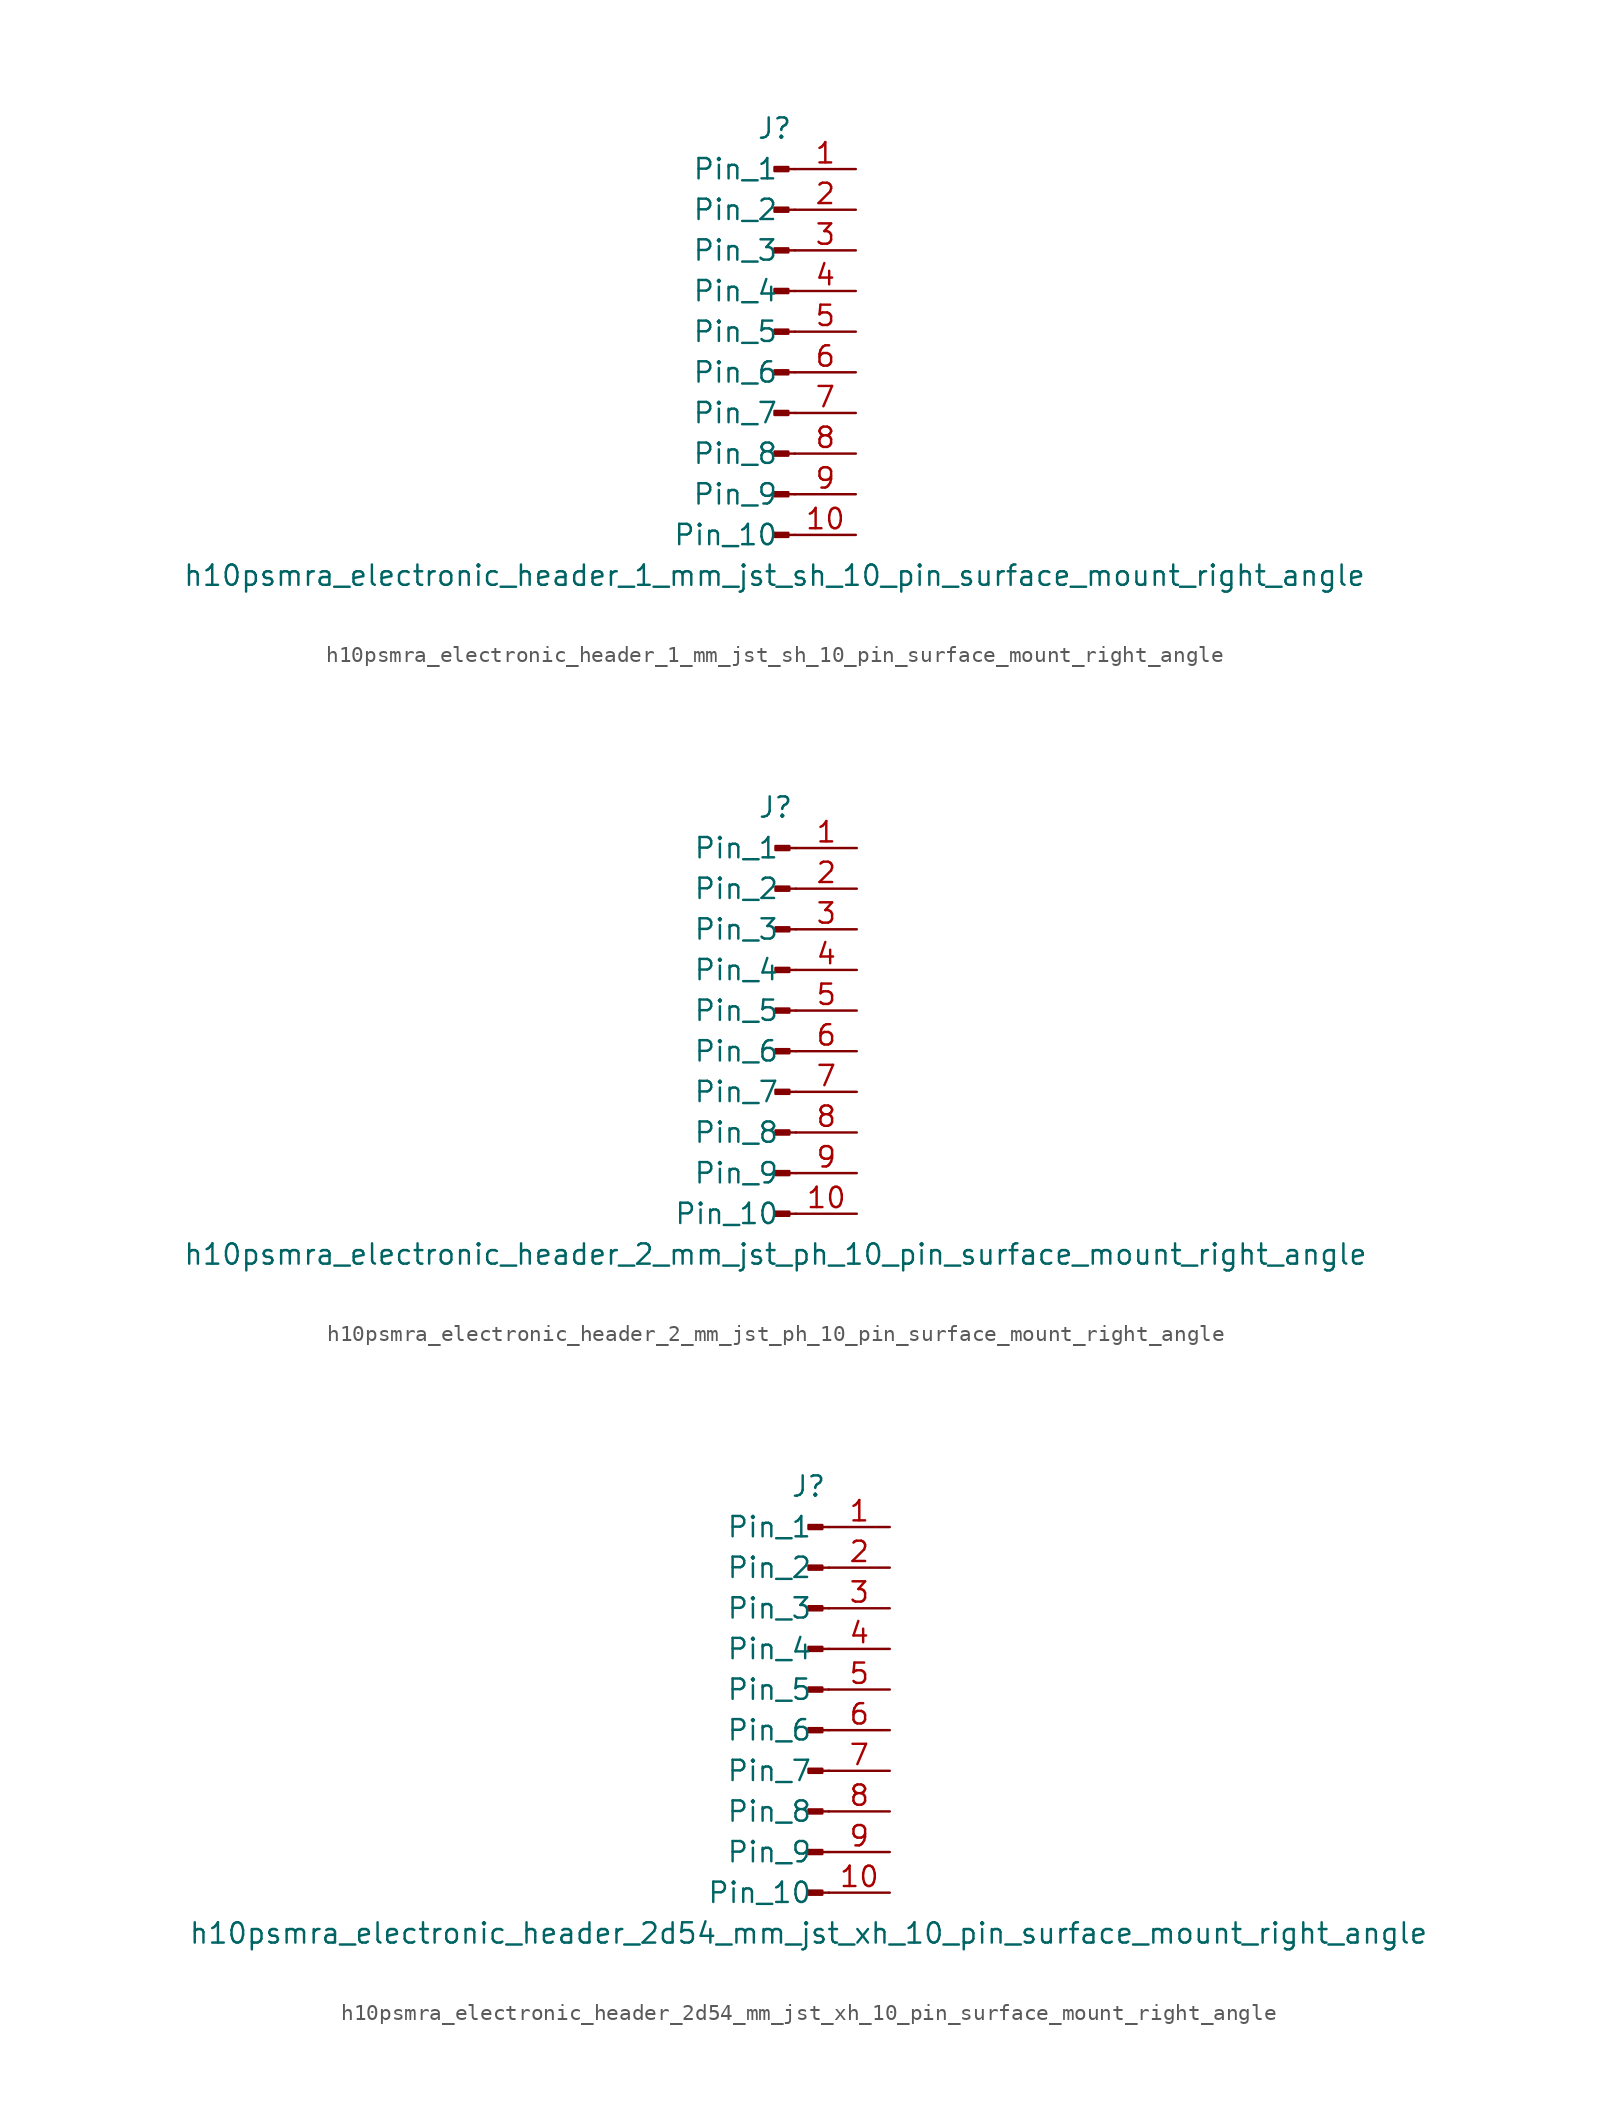
<source format=kicad_sym>
(kicad_symbol_lib
  (version 20220914)
  (generator kicad_symbol_editor)
  (symbol "h10psmra_electronic_header_1_mm_jst_sh_10_pin_surface_mount_right_angle"
    (pin_names
      (offset 1.016))
    (property "Reference" "J"
      (at 0 12.7 0)
      (effects (font (size 1.27 1.27))))
    (property "Value" "h10psmra_electronic_header_1_mm_jst_sh_10_pin_surface_mount_right_angle"
      (at 0 -15.24 0)
      (effects (font (size 1.27 1.27))))
    (property "ki_locked" ""
      (at 0 0 0)
      (effects (font (size 1.27 1.27))))
    (symbol "h10psmra_electronic_header_1_mm_jst_sh_10_pin_surface_mount_right_angle_1_1"
      (polyline (pts (xy 1.27 -12.7) (xy 0.864 -12.7)) (stroke (width 0.152) (type default)) (fill (type none)))
      (polyline (pts (xy 1.27 -10.16) (xy 0.864 -10.16)) (stroke (width 0.152) (type default)) (fill (type none)))
      (polyline (pts (xy 1.27 -7.62) (xy 0.864 -7.62)) (stroke (width 0.152) (type default)) (fill (type none)))
      (polyline (pts (xy 1.27 -5.08) (xy 0.864 -5.08)) (stroke (width 0.152) (type default)) (fill (type none)))
      (polyline (pts (xy 1.27 -2.54) (xy 0.864 -2.54)) (stroke (width 0.152) (type default)) (fill (type none)))
      (polyline (pts (xy 1.27 0) (xy 0.864 0)) (stroke (width 0.152) (type default)) (fill (type none)))
      (polyline (pts (xy 1.27 2.54) (xy 0.864 2.54)) (stroke (width 0.152) (type default)) (fill (type none)))
      (polyline (pts (xy 1.27 5.08) (xy 0.864 5.08)) (stroke (width 0.152) (type default)) (fill (type none)))
      (polyline (pts (xy 1.27 7.62) (xy 0.864 7.62)) (stroke (width 0.152) (type default)) (fill (type none)))
      (polyline (pts (xy 1.27 10.16) (xy 0.864 10.16)) (stroke (width 0.152) (type default)) (fill (type none)))
      (rectangle (start 0.864 -12.573) (end 0 -12.827) (stroke (width 0.152) (type default)) (fill (type outline)))
      (rectangle (start 0.864 -10.033) (end 0 -10.287) (stroke (width 0.152) (type default)) (fill (type outline)))
      (rectangle (start 0.864 -7.493) (end 0 -7.747) (stroke (width 0.152) (type default)) (fill (type outline)))
      (rectangle (start 0.864 -4.953) (end 0 -5.207) (stroke (width 0.152) (type default)) (fill (type outline)))
      (rectangle (start 0.864 -2.413) (end 0 -2.667) (stroke (width 0.152) (type default)) (fill (type outline)))
      (rectangle (start 0.864 0.127) (end 0 -0.127) (stroke (width 0.152) (type default)) (fill (type outline)))
      (rectangle (start 0.864 2.667) (end 0 2.413) (stroke (width 0.152) (type default)) (fill (type outline)))
      (rectangle (start 0.864 5.207) (end 0 4.953) (stroke (width 0.152) (type default)) (fill (type outline)))
      (rectangle (start 0.864 7.747) (end 0 7.493) (stroke (width 0.152) (type default)) (fill (type outline)))
      (rectangle (start 0.864 10.287) (end 0 10.033) (stroke (width 0.152) (type default)) (fill (type outline)))
      (pin passive line (at 5.08 10.16 180) (length 3.81) (name "Pin_1" (effects (font (size 1.27 1.27)))) (number "1" (effects (font (size 1.27 1.27)))))
      (pin passive line (at 5.08 -12.7 180) (length 3.81) (name "Pin_10" (effects (font (size 1.27 1.27)))) (number "10" (effects (font (size 1.27 1.27)))))
      (pin passive line (at 5.08 7.62 180) (length 3.81) (name "Pin_2" (effects (font (size 1.27 1.27)))) (number "2" (effects (font (size 1.27 1.27)))))
      (pin passive line (at 5.08 5.08 180) (length 3.81) (name "Pin_3" (effects (font (size 1.27 1.27)))) (number "3" (effects (font (size 1.27 1.27)))))
      (pin passive line (at 5.08 2.54 180) (length 3.81) (name "Pin_4" (effects (font (size 1.27 1.27)))) (number "4" (effects (font (size 1.27 1.27)))))
      (pin passive line (at 5.08 0 180) (length 3.81) (name "Pin_5" (effects (font (size 1.27 1.27)))) (number "5" (effects (font (size 1.27 1.27)))))
      (pin passive line (at 5.08 -2.54 180) (length 3.81) (name "Pin_6" (effects (font (size 1.27 1.27)))) (number "6" (effects (font (size 1.27 1.27)))))
      (pin passive line (at 5.08 -5.08 180) (length 3.81) (name "Pin_7" (effects (font (size 1.27 1.27)))) (number "7" (effects (font (size 1.27 1.27)))))
      (pin passive line (at 5.08 -7.62 180) (length 3.81) (name "Pin_8" (effects (font (size 1.27 1.27)))) (number "8" (effects (font (size 1.27 1.27)))))
      (pin passive line (at 5.08 -10.16 180) (length 3.81) (name "Pin_9" (effects (font (size 1.27 1.27)))) (number "9" (effects (font (size 1.27 1.27)))))))
  (symbol "h10psmra_electronic_header_2_mm_jst_ph_10_pin_surface_mount_right_angle"
    (pin_names
      (offset 1.016))
    (property "Reference" "J"
      (at 0 12.7 0)
      (effects (font (size 1.27 1.27))))
    (property "Value" "h10psmra_electronic_header_2_mm_jst_ph_10_pin_surface_mount_right_angle"
      (at 0 -15.24 0)
      (effects (font (size 1.27 1.27))))
    (property "ki_locked" ""
      (at 0 0 0)
      (effects (font (size 1.27 1.27))))
    (symbol "h10psmra_electronic_header_2_mm_jst_ph_10_pin_surface_mount_right_angle_1_1"
      (polyline (pts (xy 1.27 -12.7) (xy 0.864 -12.7)) (stroke (width 0.152) (type default)) (fill (type none)))
      (polyline (pts (xy 1.27 -10.16) (xy 0.864 -10.16)) (stroke (width 0.152) (type default)) (fill (type none)))
      (polyline (pts (xy 1.27 -7.62) (xy 0.864 -7.62)) (stroke (width 0.152) (type default)) (fill (type none)))
      (polyline (pts (xy 1.27 -5.08) (xy 0.864 -5.08)) (stroke (width 0.152) (type default)) (fill (type none)))
      (polyline (pts (xy 1.27 -2.54) (xy 0.864 -2.54)) (stroke (width 0.152) (type default)) (fill (type none)))
      (polyline (pts (xy 1.27 0) (xy 0.864 0)) (stroke (width 0.152) (type default)) (fill (type none)))
      (polyline (pts (xy 1.27 2.54) (xy 0.864 2.54)) (stroke (width 0.152) (type default)) (fill (type none)))
      (polyline (pts (xy 1.27 5.08) (xy 0.864 5.08)) (stroke (width 0.152) (type default)) (fill (type none)))
      (polyline (pts (xy 1.27 7.62) (xy 0.864 7.62)) (stroke (width 0.152) (type default)) (fill (type none)))
      (polyline (pts (xy 1.27 10.16) (xy 0.864 10.16)) (stroke (width 0.152) (type default)) (fill (type none)))
      (rectangle (start 0.864 -12.573) (end 0 -12.827) (stroke (width 0.152) (type default)) (fill (type outline)))
      (rectangle (start 0.864 -10.033) (end 0 -10.287) (stroke (width 0.152) (type default)) (fill (type outline)))
      (rectangle (start 0.864 -7.493) (end 0 -7.747) (stroke (width 0.152) (type default)) (fill (type outline)))
      (rectangle (start 0.864 -4.953) (end 0 -5.207) (stroke (width 0.152) (type default)) (fill (type outline)))
      (rectangle (start 0.864 -2.413) (end 0 -2.667) (stroke (width 0.152) (type default)) (fill (type outline)))
      (rectangle (start 0.864 0.127) (end 0 -0.127) (stroke (width 0.152) (type default)) (fill (type outline)))
      (rectangle (start 0.864 2.667) (end 0 2.413) (stroke (width 0.152) (type default)) (fill (type outline)))
      (rectangle (start 0.864 5.207) (end 0 4.953) (stroke (width 0.152) (type default)) (fill (type outline)))
      (rectangle (start 0.864 7.747) (end 0 7.493) (stroke (width 0.152) (type default)) (fill (type outline)))
      (rectangle (start 0.864 10.287) (end 0 10.033) (stroke (width 0.152) (type default)) (fill (type outline)))
      (pin passive line (at 5.08 10.16 180) (length 3.81) (name "Pin_1" (effects (font (size 1.27 1.27)))) (number "1" (effects (font (size 1.27 1.27)))))
      (pin passive line (at 5.08 -12.7 180) (length 3.81) (name "Pin_10" (effects (font (size 1.27 1.27)))) (number "10" (effects (font (size 1.27 1.27)))))
      (pin passive line (at 5.08 7.62 180) (length 3.81) (name "Pin_2" (effects (font (size 1.27 1.27)))) (number "2" (effects (font (size 1.27 1.27)))))
      (pin passive line (at 5.08 5.08 180) (length 3.81) (name "Pin_3" (effects (font (size 1.27 1.27)))) (number "3" (effects (font (size 1.27 1.27)))))
      (pin passive line (at 5.08 2.54 180) (length 3.81) (name "Pin_4" (effects (font (size 1.27 1.27)))) (number "4" (effects (font (size 1.27 1.27)))))
      (pin passive line (at 5.08 0 180) (length 3.81) (name "Pin_5" (effects (font (size 1.27 1.27)))) (number "5" (effects (font (size 1.27 1.27)))))
      (pin passive line (at 5.08 -2.54 180) (length 3.81) (name "Pin_6" (effects (font (size 1.27 1.27)))) (number "6" (effects (font (size 1.27 1.27)))))
      (pin passive line (at 5.08 -5.08 180) (length 3.81) (name "Pin_7" (effects (font (size 1.27 1.27)))) (number "7" (effects (font (size 1.27 1.27)))))
      (pin passive line (at 5.08 -7.62 180) (length 3.81) (name "Pin_8" (effects (font (size 1.27 1.27)))) (number "8" (effects (font (size 1.27 1.27)))))
      (pin passive line (at 5.08 -10.16 180) (length 3.81) (name "Pin_9" (effects (font (size 1.27 1.27)))) (number "9" (effects (font (size 1.27 1.27)))))))
  (symbol "h10psmra_electronic_header_2d54_mm_jst_xh_10_pin_surface_mount_right_angle"
    (pin_names
      (offset 1.016))
    (property "Reference" "J"
      (at 0 12.7 0)
      (effects (font (size 1.27 1.27))))
    (property "Value" "h10psmra_electronic_header_2d54_mm_jst_xh_10_pin_surface_mount_right_angle"
      (at 0 -15.24 0)
      (effects (font (size 1.27 1.27))))
    (property "ki_locked" ""
      (at 0 0 0)
      (effects (font (size 1.27 1.27))))
    (symbol "h10psmra_electronic_header_2d54_mm_jst_xh_10_pin_surface_mount_right_angle_1_1"
      (polyline (pts (xy 1.27 -12.7) (xy 0.864 -12.7)) (stroke (width 0.152) (type default)) (fill (type none)))
      (polyline (pts (xy 1.27 -10.16) (xy 0.864 -10.16)) (stroke (width 0.152) (type default)) (fill (type none)))
      (polyline (pts (xy 1.27 -7.62) (xy 0.864 -7.62)) (stroke (width 0.152) (type default)) (fill (type none)))
      (polyline (pts (xy 1.27 -5.08) (xy 0.864 -5.08)) (stroke (width 0.152) (type default)) (fill (type none)))
      (polyline (pts (xy 1.27 -2.54) (xy 0.864 -2.54)) (stroke (width 0.152) (type default)) (fill (type none)))
      (polyline (pts (xy 1.27 0) (xy 0.864 0)) (stroke (width 0.152) (type default)) (fill (type none)))
      (polyline (pts (xy 1.27 2.54) (xy 0.864 2.54)) (stroke (width 0.152) (type default)) (fill (type none)))
      (polyline (pts (xy 1.27 5.08) (xy 0.864 5.08)) (stroke (width 0.152) (type default)) (fill (type none)))
      (polyline (pts (xy 1.27 7.62) (xy 0.864 7.62)) (stroke (width 0.152) (type default)) (fill (type none)))
      (polyline (pts (xy 1.27 10.16) (xy 0.864 10.16)) (stroke (width 0.152) (type default)) (fill (type none)))
      (rectangle (start 0.864 -12.573) (end 0 -12.827) (stroke (width 0.152) (type default)) (fill (type outline)))
      (rectangle (start 0.864 -10.033) (end 0 -10.287) (stroke (width 0.152) (type default)) (fill (type outline)))
      (rectangle (start 0.864 -7.493) (end 0 -7.747) (stroke (width 0.152) (type default)) (fill (type outline)))
      (rectangle (start 0.864 -4.953) (end 0 -5.207) (stroke (width 0.152) (type default)) (fill (type outline)))
      (rectangle (start 0.864 -2.413) (end 0 -2.667) (stroke (width 0.152) (type default)) (fill (type outline)))
      (rectangle (start 0.864 0.127) (end 0 -0.127) (stroke (width 0.152) (type default)) (fill (type outline)))
      (rectangle (start 0.864 2.667) (end 0 2.413) (stroke (width 0.152) (type default)) (fill (type outline)))
      (rectangle (start 0.864 5.207) (end 0 4.953) (stroke (width 0.152) (type default)) (fill (type outline)))
      (rectangle (start 0.864 7.747) (end 0 7.493) (stroke (width 0.152) (type default)) (fill (type outline)))
      (rectangle (start 0.864 10.287) (end 0 10.033) (stroke (width 0.152) (type default)) (fill (type outline)))
      (pin passive line (at 5.08 10.16 180) (length 3.81) (name "Pin_1" (effects (font (size 1.27 1.27)))) (number "1" (effects (font (size 1.27 1.27)))))
      (pin passive line (at 5.08 -12.7 180) (length 3.81) (name "Pin_10" (effects (font (size 1.27 1.27)))) (number "10" (effects (font (size 1.27 1.27)))))
      (pin passive line (at 5.08 7.62 180) (length 3.81) (name "Pin_2" (effects (font (size 1.27 1.27)))) (number "2" (effects (font (size 1.27 1.27)))))
      (pin passive line (at 5.08 5.08 180) (length 3.81) (name "Pin_3" (effects (font (size 1.27 1.27)))) (number "3" (effects (font (size 1.27 1.27)))))
      (pin passive line (at 5.08 2.54 180) (length 3.81) (name "Pin_4" (effects (font (size 1.27 1.27)))) (number "4" (effects (font (size 1.27 1.27)))))
      (pin passive line (at 5.08 0 180) (length 3.81) (name "Pin_5" (effects (font (size 1.27 1.27)))) (number "5" (effects (font (size 1.27 1.27)))))
      (pin passive line (at 5.08 -2.54 180) (length 3.81) (name "Pin_6" (effects (font (size 1.27 1.27)))) (number "6" (effects (font (size 1.27 1.27)))))
      (pin passive line (at 5.08 -5.08 180) (length 3.81) (name "Pin_7" (effects (font (size 1.27 1.27)))) (number "7" (effects (font (size 1.27 1.27)))))
      (pin passive line (at 5.08 -7.62 180) (length 3.81) (name "Pin_8" (effects (font (size 1.27 1.27)))) (number "8" (effects (font (size 1.27 1.27)))))
      (pin passive line (at 5.08 -10.16 180) (length 3.81) (name "Pin_9" (effects (font (size 1.27 1.27)))) (number "9" (effects (font (size 1.27 1.27))))))))
</source>
